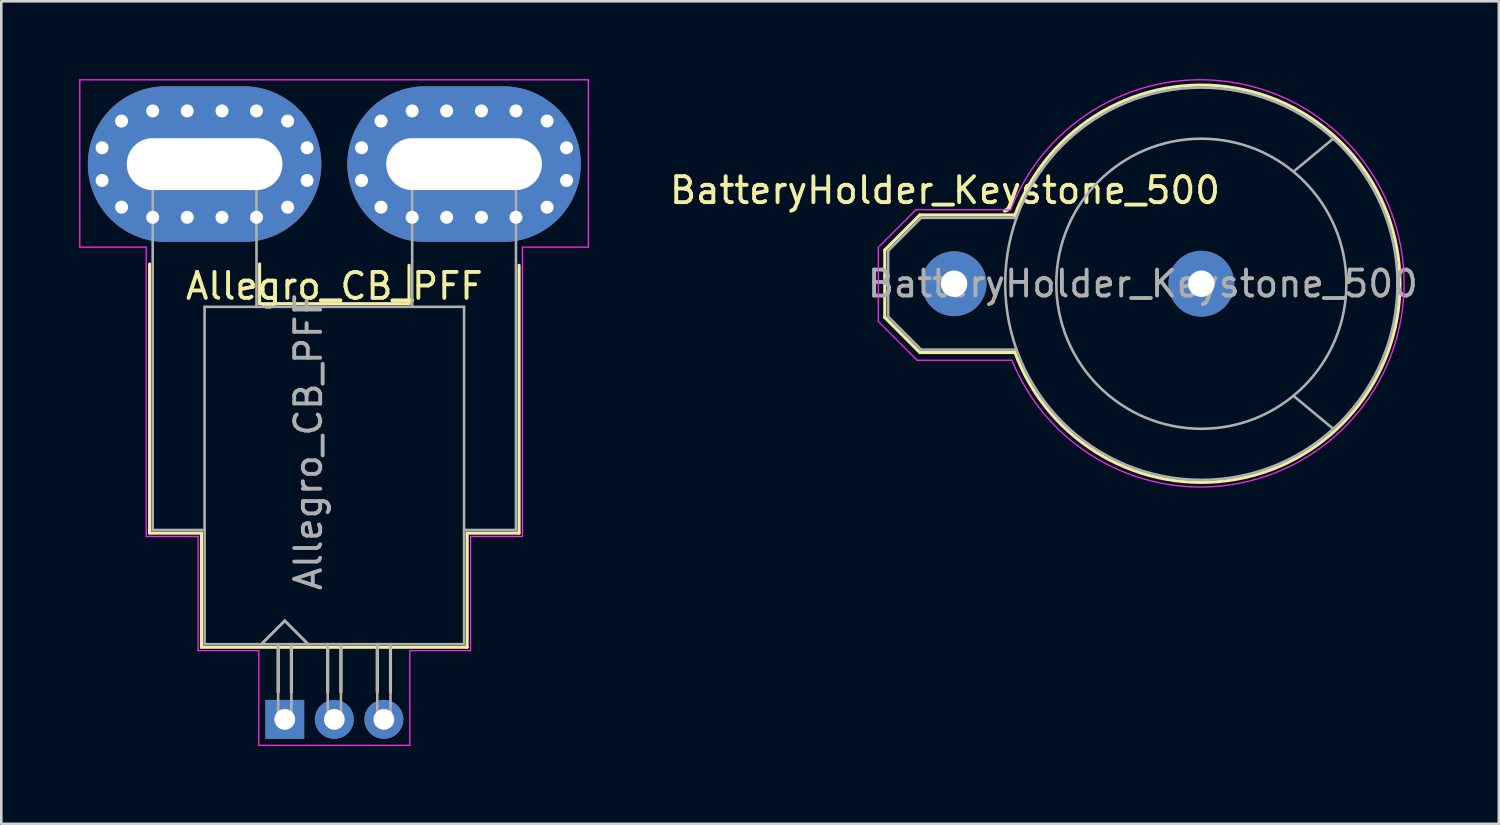
<source format=kicad_pcb>
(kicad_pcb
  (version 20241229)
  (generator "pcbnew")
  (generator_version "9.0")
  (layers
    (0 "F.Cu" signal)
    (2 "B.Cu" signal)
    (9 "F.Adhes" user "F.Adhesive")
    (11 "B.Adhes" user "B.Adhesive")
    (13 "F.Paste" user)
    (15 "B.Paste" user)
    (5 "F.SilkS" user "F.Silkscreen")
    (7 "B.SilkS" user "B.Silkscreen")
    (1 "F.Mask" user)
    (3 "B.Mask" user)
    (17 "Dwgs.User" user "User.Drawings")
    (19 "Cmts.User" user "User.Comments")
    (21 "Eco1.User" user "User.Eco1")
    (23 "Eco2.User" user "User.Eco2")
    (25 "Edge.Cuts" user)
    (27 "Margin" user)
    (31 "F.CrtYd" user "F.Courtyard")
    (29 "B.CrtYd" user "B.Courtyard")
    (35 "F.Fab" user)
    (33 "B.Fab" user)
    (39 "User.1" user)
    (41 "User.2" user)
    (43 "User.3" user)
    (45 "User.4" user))
  (footprint "BatteryHolder_Keystone_500"
    (layer "F.Cu")
    (at 33.72 7.885)
    (property "Reference" "BatteryHolder_Keystone_500" (at -0.35 -3.6 180) (layer "F.SilkS") (effects (font (size 1 1) (thickness 0.15))))
    (attr through_hole)
    (fp_line (start -2.67 -1.3) (end -1.32 -2.65) (stroke (width 0.12) (type solid)) (layer "F.SilkS"))
    (fp_line (start -2.67 1.3) (end -2.67 -1.3) (stroke (width 0.12) (type solid)) (layer "F.SilkS"))
    (fp_line (start -1.32 -2.65) (end 2.33 -2.65) (stroke (width 0.12) (type solid)) (layer "F.SilkS"))
    (fp_line (start -1.32 2.65) (end -2.67 1.3) (stroke (width 0.12) (type solid)) (layer "F.SilkS"))
    (fp_line (start 2.33 2.65) (end -1.32 2.65) (stroke (width 0.12) (type solid)) (layer "F.SilkS"))
    (fp_arc (start 2.33 -2.6) (mid 17.185039 -0.019344) (end 2.343232 2.636355) (stroke (width 0.12) (type solid)) (layer "F.SilkS"))
    (fp_line (start -2.92 -1.4) (end -1.47 -2.85) (stroke (width 0.05) (type solid)) (layer "F.CrtYd"))
    (fp_line (start -2.92 1.45) (end -2.92 -1.4) (stroke (width 0.05) (type solid)) (layer "F.CrtYd"))
    (fp_line (start -1.47 -2.85) (end 2.18 -2.85) (stroke (width 0.05) (type solid)) (layer "F.CrtYd"))
    (fp_line (start -1.42 2.95) (end -2.92 1.45) (stroke (width 0.05) (type solid)) (layer "F.CrtYd"))
    (fp_line (start 2.23 2.95) (end -1.42 2.95) (stroke (width 0.05) (type solid)) (layer "F.CrtYd"))
    (fp_arc (start 2.18 -2.85) (mid 17.344175 -0.080509) (end 2.23 2.95) (stroke (width 0.05) (type solid)) (layer "F.CrtYd"))
    (fp_line (start -2.54 -1.27) (end -1.27 -2.54) (stroke (width 0.1) (type solid)) (layer "F.Fab"))
    (fp_line (start -2.54 1.27) (end -2.54 -1.27) (stroke (width 0.1) (type solid)) (layer "F.Fab"))
    (fp_line (start -1.27 -2.54) (end 2.41 -2.54) (stroke (width 0.1) (type solid)) (layer "F.Fab"))
    (fp_line (start -1.27 2.54) (end -2.54 1.27) (stroke (width 0.1) (type solid)) (layer "F.Fab"))
    (fp_line (start -1.27 2.54) (end 2.41 2.54) (stroke (width 0.1) (type solid)) (layer "F.Fab"))
    (fp_line (start 13.08 -4.32) (end 14.61 -5.59) (stroke (width 0.1) (type solid)) (layer "F.Fab"))
    (fp_line (start 13.08 4.32) (end 14.61 5.59) (stroke (width 0.1) (type solid)) (layer "F.Fab"))
    (fp_circle (center 9.53 0) (end 2.41 2.54) (stroke (width 0.1) (type solid)) (fill no) (layer "F.Fab"))
    (fp_circle (center 9.53 0) (end 3.94 0) (stroke (width 0.1) (type solid)) (fill no) (layer "F.Fab"))
    (fp_text user "${REFERENCE}" (at 7.275 0 180) (layer "F.Fab") (effects (font (size 1 1) (thickness 0.15))))
    (pad "1" thru_hole circle (at 0 0) (size 2.5 2.5) (drill 1.02) (layers "*.Cu" "*.Mask"))
    (pad "2" thru_hole circle (at 9.53 0) (size 2.54 2.54) (drill 1.02) (layers "*.Cu" "*.Mask")))
  (footprint "Allegro_CB_PFF"
    (layer "F.Cu")
    (at 7.925 24.675)
    (property "Reference" "Allegro_CB_PFF" (at 1.91 -16.7 0) (layer "F.SilkS") (effects (font (size 1 1) (thickness 0.15))))
    (attr through_hole)
    (fp_line (start -5.21 -7.18) (end -5.21 -17.55) (stroke (width 0.12) (type solid)) (layer "F.SilkS"))
    (fp_line (start -3.21 -7.18) (end -5.21 -7.18) (stroke (width 0.12) (type solid)) (layer "F.SilkS"))
    (fp_line (start -3.21 -2.78) (end -3.21 -7.18) (stroke (width 0.12) (type solid)) (layer "F.SilkS"))
    (fp_line (start -0.97 -16.02) (end -0.97 -17.55) (stroke (width 0.12) (type solid)) (layer "F.SilkS"))
    (fp_line (start -0.97 -16.02) (end 4.79 -16.02) (stroke (width 0.12) (type solid)) (layer "F.SilkS"))
    (fp_line (start -0.255 -2.78) (end -0.255 -1.05) (stroke (width 0.12) (type solid)) (layer "F.SilkS"))
    (fp_line (start 0.255 -2.78) (end 0.255 -1.05) (stroke (width 0.12) (type solid)) (layer "F.SilkS"))
    (fp_line (start 1.655 -2.78) (end 1.655 -1.05) (stroke (width 0.12) (type solid)) (layer "F.SilkS"))
    (fp_line (start 2.165 -2.78) (end 2.165 -1.05) (stroke (width 0.12) (type solid)) (layer "F.SilkS"))
    (fp_line (start 3.565 -2.78) (end 3.565 -1.05) (stroke (width 0.12) (type solid)) (layer "F.SilkS"))
    (fp_line (start 4.075 -2.78) (end 4.075 -1.05) (stroke (width 0.12) (type solid)) (layer "F.SilkS"))
    (fp_line (start 4.79 -16.02) (end 4.79 -17.5) (stroke (width 0.12) (type solid)) (layer "F.SilkS"))
    (fp_line (start 7.03 -7.18) (end 9.03 -7.18) (stroke (width 0.12) (type solid)) (layer "F.SilkS"))
    (fp_line (start 7.03 -2.78) (end -3.21 -2.78) (stroke (width 0.12) (type solid)) (layer "F.SilkS"))
    (fp_line (start 7.03 -2.78) (end 7.03 -7.18) (stroke (width 0.12) (type solid)) (layer "F.SilkS"))
    (fp_line (start 9.03 -7.18) (end 9.03 -17.5) (stroke (width 0.12) (type solid)) (layer "F.SilkS"))
    (fp_line (start -7.9 -24.65) (end 11.7 -24.65) (stroke (width 0.05) (type solid)) (layer "F.CrtYd"))
    (fp_line (start -7.9 -18.2) (end -7.9 -24.65) (stroke (width 0.05) (type solid)) (layer "F.CrtYd"))
    (fp_line (start -7.9 -18.2) (end -5.34 -18.2) (stroke (width 0.05) (type solid)) (layer "F.CrtYd"))
    (fp_line (start -5.34 -7.05) (end -5.34 -18.2) (stroke (width 0.05) (type solid)) (layer "F.CrtYd"))
    (fp_line (start -3.34 -7.05) (end -5.34 -7.05) (stroke (width 0.05) (type solid)) (layer "F.CrtYd"))
    (fp_line (start -3.34 -7.05) (end -3.34 -2.65) (stroke (width 0.05) (type solid)) (layer "F.CrtYd"))
    (fp_line (start -1 -2.65) (end -3.34 -2.65) (stroke (width 0.05) (type solid)) (layer "F.CrtYd"))
    (fp_line (start -1 -2.65) (end -1 1) (stroke (width 0.05) (type solid)) (layer "F.CrtYd"))
    (fp_line (start 4.82 -2.65) (end 4.82 1) (stroke (width 0.05) (type solid)) (layer "F.CrtYd"))
    (fp_line (start 4.82 -2.65) (end 7.16 -2.65) (stroke (width 0.05) (type solid)) (layer "F.CrtYd"))
    (fp_line (start 4.82 1) (end -1 1) (stroke (width 0.05) (type solid)) (layer "F.CrtYd"))
    (fp_line (start 7.16 -7.05) (end 7.16 -2.65) (stroke (width 0.05) (type solid)) (layer "F.CrtYd"))
    (fp_line (start 7.16 -7.05) (end 9.16 -7.05) (stroke (width 0.05) (type solid)) (layer "F.CrtYd"))
    (fp_line (start 9.16 -18.2) (end 11.7 -18.2) (stroke (width 0.05) (type solid)) (layer "F.CrtYd"))
    (fp_line (start 9.16 -7.05) (end 9.16 -18.2) (stroke (width 0.05) (type solid)) (layer "F.CrtYd"))
    (fp_line (start 11.7 -24.65) (end 11.7 -18.2) (stroke (width 0.05) (type solid)) (layer "F.CrtYd"))
    (fp_line (start -5.09 -21.9) (end -1.09 -21.9) (stroke (width 0.1) (type solid)) (layer "F.Fab"))
    (fp_line (start -5.09 -7.3) (end -5.09 -21.9) (stroke (width 0.1) (type solid)) (layer "F.Fab"))
    (fp_line (start -5.09 -7.3) (end -3.09 -7.3) (stroke (width 0.1) (type solid)) (layer "F.Fab"))
    (fp_line (start -3.09 -15.9) (end -3.09 -2.9) (stroke (width 0.1) (type solid)) (layer "F.Fab"))
    (fp_line (start -3.09 -15.9) (end 6.91 -15.9) (stroke (width 0.1) (type solid)) (layer "F.Fab"))
    (fp_line (start -1.09 -15.9) (end -1.09 -21.9) (stroke (width 0.1) (type solid)) (layer "F.Fab"))
    (fp_line (start -0.9 -2.9) (end 0 -3.8) (stroke (width 0.1) (type solid)) (layer "F.Fab"))
    (fp_line (start -0.9 -2.9) (end 0 -3.8) (stroke (width 0.1) (type solid)) (layer "F.Fab"))
    (fp_line (start -0.255 -2.9) (end -0.255 0.19) (stroke (width 0.1) (type solid)) (layer "F.Fab"))
    (fp_line (start 0 -3.8) (end 0.9 -2.9) (stroke (width 0.1) (type solid)) (layer "F.Fab"))
    (fp_line (start 0 -3.8) (end 0.9 -2.9) (stroke (width 0.1) (type solid)) (layer "F.Fab"))
    (fp_line (start 0.255 -2.9) (end 0.255 0.19) (stroke (width 0.1) (type solid)) (layer "F.Fab"))
    (fp_line (start 1.655 -2.9) (end 1.655 0.19) (stroke (width 0.1) (type solid)) (layer "F.Fab"))
    (fp_line (start 2.165 -2.9) (end 2.165 0.19) (stroke (width 0.1) (type solid)) (layer "F.Fab"))
    (fp_line (start 3.565 -2.9) (end 3.565 0.19) (stroke (width 0.1) (type solid)) (layer "F.Fab"))
    (fp_line (start 4.075 -2.9) (end 4.075 0.19) (stroke (width 0.1) (type solid)) (layer "F.Fab"))
    (fp_line (start 4.91 -15.9) (end 4.91 -21.9) (stroke (width 0.1) (type solid)) (layer "F.Fab"))
    (fp_line (start 6.91 -15.9) (end 6.91 -2.9) (stroke (width 0.1) (type solid)) (layer "F.Fab"))
    (fp_line (start 6.91 -7.3) (end 8.91 -7.3) (stroke (width 0.1) (type solid)) (layer "F.Fab"))
    (fp_line (start 6.91 -2.9) (end -3.09 -2.9) (stroke (width 0.1) (type solid)) (layer "F.Fab"))
    (fp_line (start 8.91 -21.9) (end 4.91 -21.9) (stroke (width 0.1) (type solid)) (layer "F.Fab"))
    (fp_line (start 8.91 -7.3) (end 8.91 -21.9) (stroke (width 0.1) (type solid)) (layer "F.Fab"))
    (fp_text user "${REFERENCE}" (at 0.91 -10.7 90) (layer "F.Fab") (effects (font (size 1 1) (thickness 0.15))))
    (pad "1" thru_hole rect (at 0 0) (size 1.5 1.5) (drill 0.8) (layers "*.Cu" "*.Mask"))
    (pad "2" thru_hole circle (at 1.91 0) (size 1.5 1.5) (drill 0.8) (layers "*.Cu" "*.Mask"))
    (pad "3" thru_hole circle (at 3.82 0) (size 1.5 1.5) (drill 0.8) (layers "*.Cu" "*.Mask"))
    (pad "4" thru_hole oval (at 2.96 -22.03 65) (size 0.8 0.8) (drill 0.5) (layers "*.Cu" "*.Mask"))
    (pad "4" thru_hole oval (at 2.96 -20.77 295) (size 0.8 0.8) (drill 0.5) (layers "*.Cu" "*.Mask"))
    (pad "4" thru_hole circle (at 3.71 -23.06) (size 0.8 0.8) (drill 0.5) (layers "*.Cu" "*.Mask"))
    (pad "4" thru_hole circle (at 3.71 -19.74) (size 0.8 0.8) (drill 0.5) (layers "*.Cu" "*.Mask"))
    (pad "4" thru_hole circle (at 4.91 -23.45) (size 0.8 0.8) (drill 0.5) (layers "*.Cu" "*.Mask"))
    (pad "4" thru_hole circle (at 4.91 -19.35) (size 0.8 0.8) (drill 0.5) (layers "*.Cu" "*.Mask"))
    (pad "4" thru_hole circle (at 6.24 -23.45) (size 0.8 0.8) (drill 0.5) (layers "*.Cu" "*.Mask"))
    (pad "4" thru_hole circle (at 6.24 -19.35) (size 0.8 0.8) (drill 0.5) (layers "*.Cu" "*.Mask"))
    (pad "4" thru_hole oval (at 6.91 -21.4) (size 9 6) (drill oval 6 2) (layers "*.Cu" "*.Mask"))
    (pad "4" thru_hole circle (at 7.58 -23.45) (size 0.8 0.8) (drill 0.5) (layers "*.Cu" "*.Mask"))
    (pad "4" thru_hole circle (at 7.58 -19.35) (size 0.8 0.8) (drill 0.5) (layers "*.Cu" "*.Mask"))
    (pad "4" thru_hole circle (at 8.91 -23.45) (size 0.8 0.8) (drill 0.5) (layers "*.Cu" "*.Mask"))
    (pad "4" thru_hole circle (at 8.91 -19.35) (size 0.8 0.8) (drill 0.5) (layers "*.Cu" "*.Mask"))
    (pad "4" thru_hole circle (at 10.11 -23.06) (size 0.8 0.8) (drill 0.5) (layers "*.Cu" "*.Mask"))
    (pad "4" thru_hole circle (at 10.11 -19.74) (size 0.8 0.8) (drill 0.5) (layers "*.Cu" "*.Mask"))
    (pad "4" thru_hole circle (at 10.86 -22.03) (size 0.8 0.8) (drill 0.5) (layers "*.Cu" "*.Mask"))
    (pad "4" thru_hole circle (at 10.86 -20.77) (size 0.8 0.8) (drill 0.5) (layers "*.Cu" "*.Mask"))
    (pad "5" thru_hole circle (at -7.04 -22.03) (size 0.8 0.8) (drill 0.5) (layers "*.Cu" "*.Mask"))
    (pad "5" thru_hole circle (at -7.04 -20.77) (size 0.8 0.8) (drill 0.5) (layers "*.Cu" "*.Mask"))
    (pad "5" thru_hole circle (at -6.29 -23.06) (size 0.8 0.8) (drill 0.5) (layers "*.Cu" "*.Mask"))
    (pad "5" thru_hole circle (at -6.29 -19.74) (size 0.8 0.8) (drill 0.5) (layers "*.Cu" "*.Mask"))
    (pad "5" thru_hole circle (at -5.09 -23.45) (size 0.8 0.8) (drill 0.5) (layers "*.Cu" "*.Mask"))
    (pad "5" thru_hole circle (at -5.09 -19.35) (size 0.8 0.8) (drill 0.5) (layers "*.Cu" "*.Mask"))
    (pad "5" thru_hole circle (at -3.76 -23.45) (size 0.8 0.8) (drill 0.5) (layers "*.Cu" "*.Mask"))
    (pad "5" thru_hole circle (at -3.76 -19.35) (size 0.8 0.8) (drill 0.5) (layers "*.Cu" "*.Mask"))
    (pad "5" thru_hole oval (at -3.09 -21.4) (size 9 6) (drill oval 6 2) (layers "*.Cu" "*.Mask"))
    (pad "5" thru_hole circle (at -2.42 -23.45) (size 0.8 0.8) (drill 0.5) (layers "*.Cu" "*.Mask"))
    (pad "5" thru_hole circle (at -2.42 -19.35) (size 0.8 0.8) (drill 0.5) (layers "*.Cu" "*.Mask"))
    (pad "5" thru_hole circle (at -1.09 -23.45) (size 0.8 0.8) (drill 0.5) (layers "*.Cu" "*.Mask"))
    (pad "5" thru_hole circle (at -1.09 -19.35) (size 0.8 0.8) (drill 0.5) (layers "*.Cu" "*.Mask"))
    (pad "5" thru_hole circle (at 0.11 -23.06) (size 0.8 0.8) (drill 0.5) (layers "*.Cu" "*.Mask"))
    (pad "5" thru_hole circle (at 0.11 -19.74) (size 0.8 0.8) (drill 0.5) (layers "*.Cu" "*.Mask"))
    (pad "5" thru_hole oval (at 0.86 -22.03 295) (size 0.8 0.8) (drill 0.5) (layers "*.Cu" "*.Mask"))
    (pad "5" thru_hole oval (at 0.86 -20.77 65) (size 0.8 0.8) (drill 0.5) (layers "*.Cu" "*.Mask")))
  (gr_rect
    (start -3 -3)
    (end 54.715 28.7)
    (stroke (width 0.1) (type default))
    (fill no)
    (layer "Edge.Cuts")))
</source>
